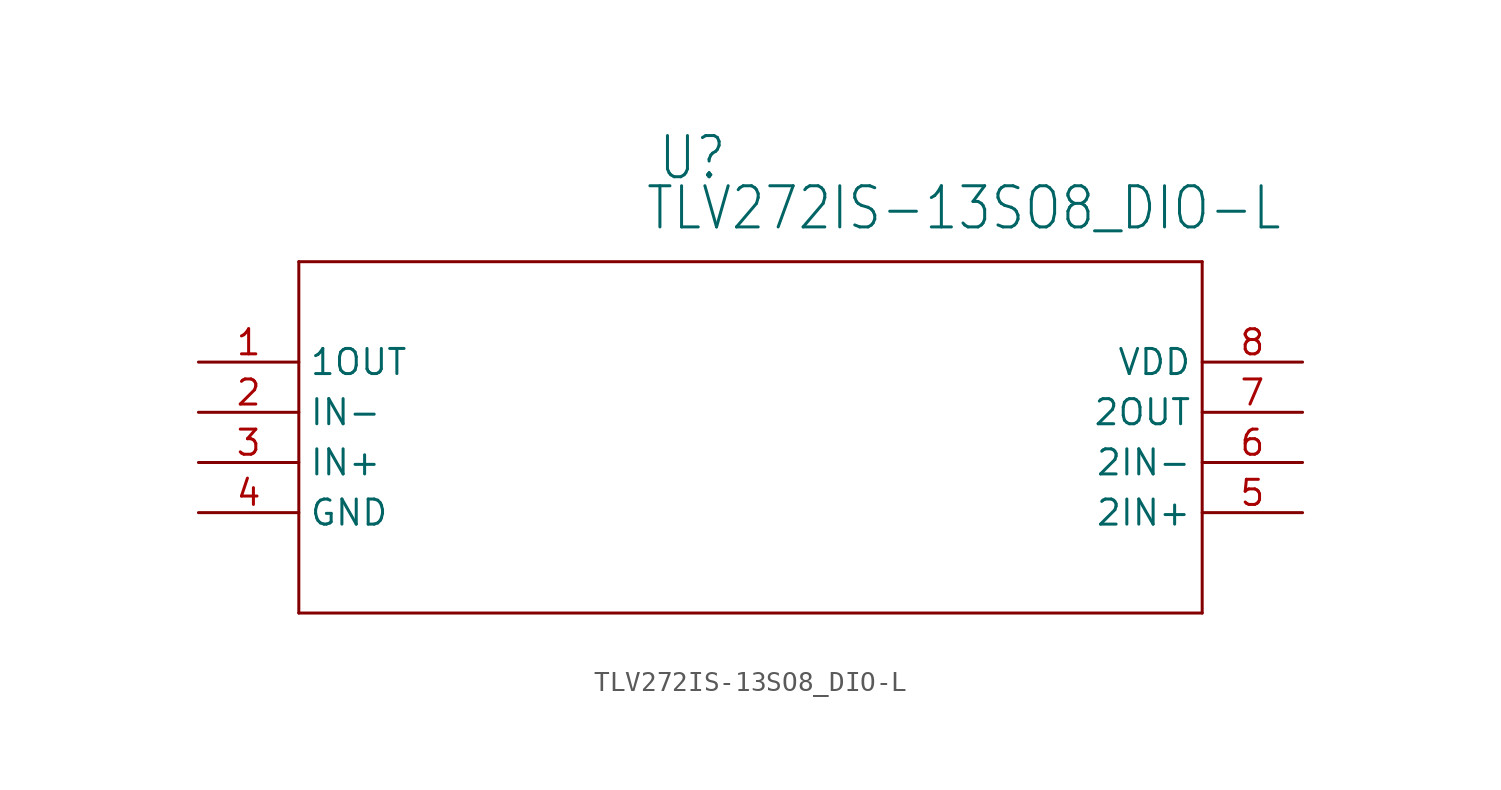
<source format=kicad_sym>
(kicad_symbol_lib
  (version 20211014)
  (generator kicad_symbol_editor)
  (symbol "TLV272IS-13SO8_DIO-L"
    (property "Reference" "U"
      (at 25.756 9.119 0)
      (effects (font (size 2.083 1.77)) (justify left bottom)))
    (property "Value" "TLV272IS-13SO8_DIO-L"
      (at 25.121 6.579 0)
      (effects (font (size 2.083 1.77)) (justify left bottom)))
    (property "ki_locked" ""
      (at 0 0 0)
      (effects (font (size 1.27 1.27))))
    (symbol "TLV272IS-13SO8_DIO-L_1_0"
      (polyline (pts (xy 7.62 -12.7) (xy 53.34 -12.7)) (stroke (width 0.152) (type default) (color 0 0 0 0)) (fill (type none)))
      (polyline (pts (xy 7.62 5.08) (xy 7.62 -12.7)) (stroke (width 0.152) (type default) (color 0 0 0 0)) (fill (type none)))
      (polyline (pts (xy 53.34 -12.7) (xy 53.34 5.08)) (stroke (width 0.152) (type default) (color 0 0 0 0)) (fill (type none)))
      (polyline (pts (xy 53.34 5.08) (xy 7.62 5.08)) (stroke (width 0.152) (type default) (color 0 0 0 0)) (fill (type none)))
      (pin output line (at 2.54 0 0) (length 5.08) (name "1OUT" (effects (font (size 1.27 1.27)))) (number "1" (effects (font (size 1.27 1.27)))))
      (pin input line (at 2.54 -2.54 0) (length 5.08) (name "IN-" (effects (font (size 1.27 1.27)))) (number "2" (effects (font (size 1.27 1.27)))))
      (pin input line (at 2.54 -5.08 0) (length 5.08) (name "IN+" (effects (font (size 1.27 1.27)))) (number "3" (effects (font (size 1.27 1.27)))))
      (pin power_in line (at 2.54 -7.62 0) (length 5.08) (name "GND" (effects (font (size 1.27 1.27)))) (number "4" (effects (font (size 1.27 1.27)))))
      (pin input line (at 58.42 -7.62 180) (length 5.08) (name "2IN+" (effects (font (size 1.27 1.27)))) (number "5" (effects (font (size 1.27 1.27)))))
      (pin input line (at 58.42 -5.08 180) (length 5.08) (name "2IN-" (effects (font (size 1.27 1.27)))) (number "6" (effects (font (size 1.27 1.27)))))
      (pin output line (at 58.42 -2.54 180) (length 5.08) (name "2OUT" (effects (font (size 1.27 1.27)))) (number "7" (effects (font (size 1.27 1.27)))))
      (pin power_in line (at 58.42 0 180) (length 5.08) (name "VDD" (effects (font (size 1.27 1.27)))) (number "8" (effects (font (size 1.27 1.27))))))))
</source>
